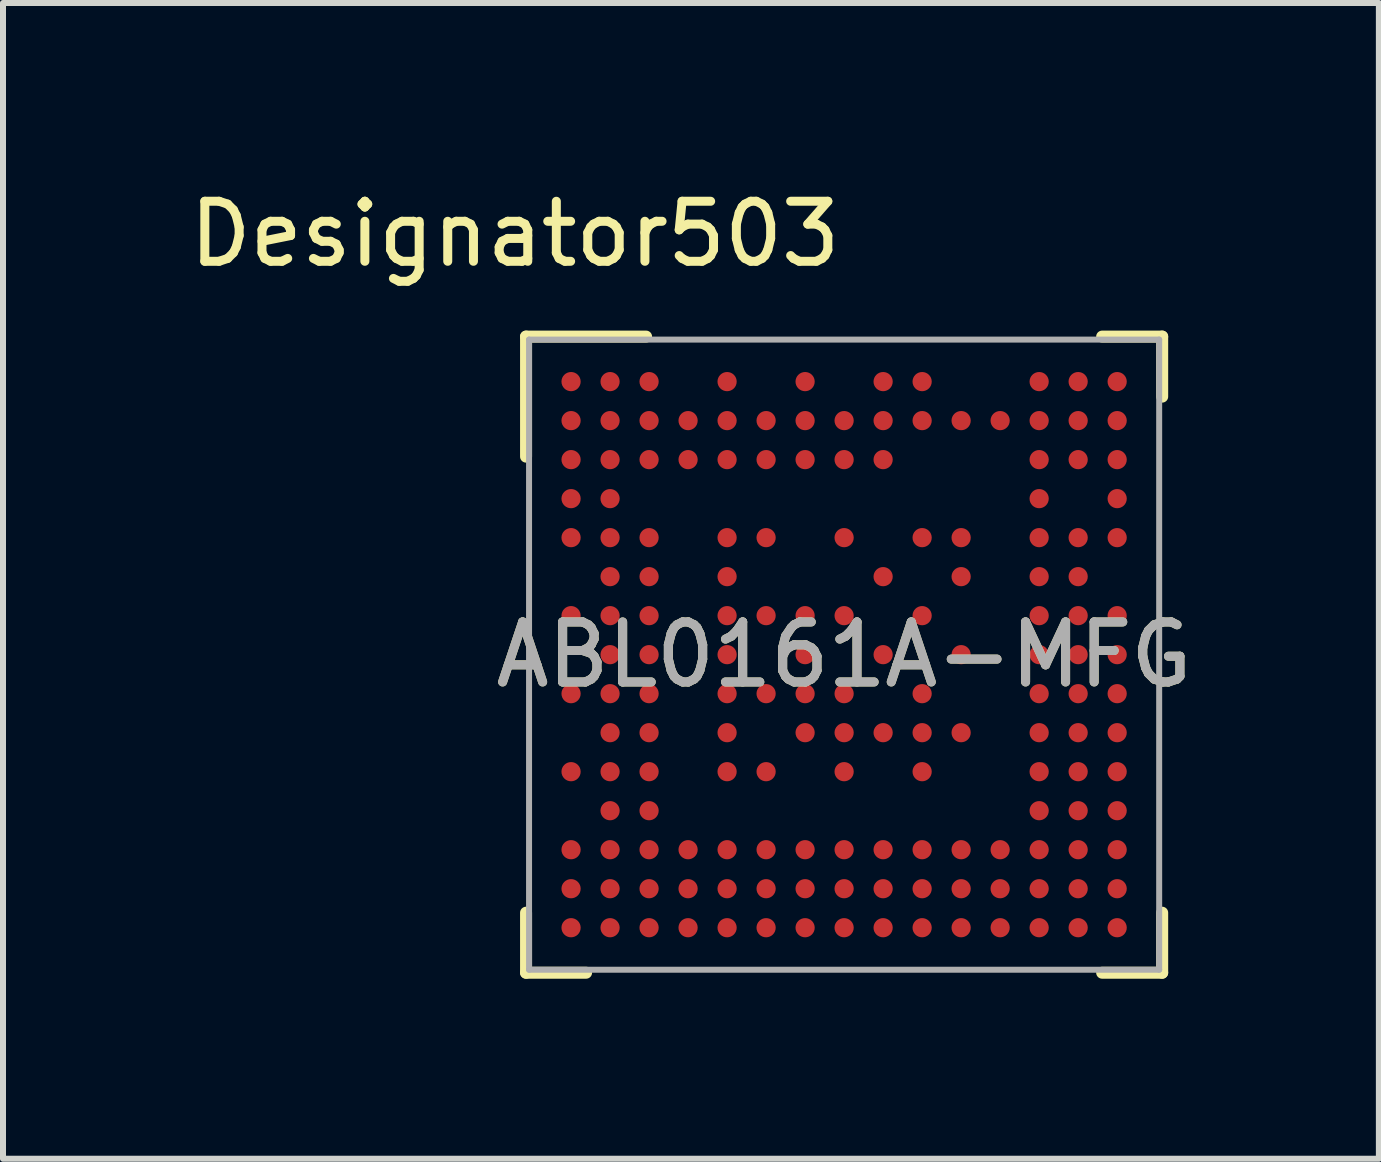
<source format=kicad_pcb>
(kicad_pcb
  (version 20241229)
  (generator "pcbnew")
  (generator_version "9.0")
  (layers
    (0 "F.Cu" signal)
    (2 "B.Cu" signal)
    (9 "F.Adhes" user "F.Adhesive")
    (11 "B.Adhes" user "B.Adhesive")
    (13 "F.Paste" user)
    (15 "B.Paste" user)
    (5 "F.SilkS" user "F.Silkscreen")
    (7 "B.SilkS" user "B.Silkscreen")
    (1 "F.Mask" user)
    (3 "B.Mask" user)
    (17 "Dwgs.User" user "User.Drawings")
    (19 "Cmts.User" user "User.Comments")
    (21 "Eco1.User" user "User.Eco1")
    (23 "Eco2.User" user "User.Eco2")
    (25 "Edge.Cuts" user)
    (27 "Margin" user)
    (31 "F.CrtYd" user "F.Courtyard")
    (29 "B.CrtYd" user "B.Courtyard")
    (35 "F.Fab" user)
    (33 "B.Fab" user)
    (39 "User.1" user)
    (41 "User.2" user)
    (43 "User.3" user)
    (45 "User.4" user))
  (footprint "ABL0161A-MFG"
    (layer "F.Cu")
    (at 11.016 7.859)
    (property "Reference" "ABL0161A-MFG" (at 0 0 0) (unlocked yes) (layer "F.SilkS") (effects (font (size 1 1) (thickness 0.15))))
    (attr smd)
    (fp_line (start -5.3 -5.3) (end -3.3 -5.3) (stroke (width 0.2) (type solid)) (layer "F.SilkS"))
    (fp_line (start -5.3 -3.3) (end -5.3 -5.3) (stroke (width 0.2) (type solid)) (layer "F.SilkS"))
    (fp_line (start -5.3 5.3) (end -5.3 4.3) (stroke (width 0.2) (type solid)) (layer "F.SilkS"))
    (fp_line (start -5.3 5.3) (end -4.3 5.3) (stroke (width 0.2) (type solid)) (layer "F.SilkS"))
    (fp_line (start 4.3 -5.3) (end 5.3 -5.3) (stroke (width 0.2) (type solid)) (layer "F.SilkS"))
    (fp_line (start 4.3 5.3) (end 5.3 5.3) (stroke (width 0.2) (type solid)) (layer "F.SilkS"))
    (fp_line (start 5.3 -4.3) (end 5.3 -5.3) (stroke (width 0.2) (type solid)) (layer "F.SilkS"))
    (fp_line (start 5.3 5.3) (end 5.3 4.3) (stroke (width 0.2) (type solid)) (layer "F.SilkS"))
    (fp_line (start -5.25 -5.25) (end 5.25 -5.25) (stroke (width 0.1) (type solid)) (layer "F.Fab"))
    (fp_line (start -5.25 5.25) (end -5.25 -5.25) (stroke (width 0.1) (type solid)) (layer "F.Fab"))
    (fp_line (start -5.25 5.25) (end 5.25 5.25) (stroke (width 0.1) (type solid)) (layer "F.Fab"))
    (fp_line (start 5.25 5.25) (end 5.25 -5.25) (stroke (width 0.1) (type solid)) (layer "F.Fab"))
    (fp_text user "Designator503" (at -5.486 -7.01 0) (unlocked yes) (layer "F.SilkS") (effects (font (size 1 1) (thickness 0.15))))
    (fp_text user "${REFERENCE}" (at 0 0 0) (unlocked yes) (layer "F.Fab") (effects (font (size 1 1) (thickness 0.15))))
    (pad "A1" smd circle (at -4.55 -4.55) (size 0.32 0.32) (layers "F.Cu" "F.Mask" "F.Paste"))
    (pad "A2" smd circle (at -3.9 -4.55) (size 0.32 0.32) (layers "F.Cu" "F.Mask" "F.Paste"))
    (pad "A3" smd circle (at -3.25 -4.55) (size 0.32 0.32) (layers "F.Cu" "F.Mask" "F.Paste"))
    (pad "A5" smd circle (at -1.95 -4.55) (size 0.32 0.32) (layers "F.Cu" "F.Mask" "F.Paste"))
    (pad "A7" smd circle (at -0.65 -4.55) (size 0.32 0.32) (layers "F.Cu" "F.Mask" "F.Paste"))
    (pad "A9" smd circle (at 0.65 -4.55) (size 0.32 0.32) (layers "F.Cu" "F.Mask" "F.Paste"))
    (pad "A10" smd circle (at 1.3 -4.55) (size 0.32 0.32) (layers "F.Cu" "F.Mask" "F.Paste"))
    (pad "A13" smd circle (at 3.25 -4.55) (size 0.32 0.32) (layers "F.Cu" "F.Mask" "F.Paste"))
    (pad "A14" smd circle (at 3.9 -4.55) (size 0.32 0.32) (layers "F.Cu" "F.Mask" "F.Paste"))
    (pad "A15" smd circle (at 4.55 -4.55) (size 0.32 0.32) (layers "F.Cu" "F.Mask" "F.Paste"))
    (pad "B1" smd circle (at -4.55 -3.9) (size 0.32 0.32) (layers "F.Cu" "F.Mask" "F.Paste"))
    (pad "B2" smd circle (at -3.9 -3.9) (size 0.32 0.32) (layers "F.Cu" "F.Mask" "F.Paste"))
    (pad "B3" smd circle (at -3.25 -3.9) (size 0.32 0.32) (layers "F.Cu" "F.Mask" "F.Paste"))
    (pad "B4" smd circle (at -2.6 -3.9) (size 0.32 0.32) (layers "F.Cu" "F.Mask" "F.Paste"))
    (pad "B5" smd circle (at -1.95 -3.9) (size 0.32 0.32) (layers "F.Cu" "F.Mask" "F.Paste"))
    (pad "B6" smd circle (at -1.3 -3.9) (size 0.32 0.32) (layers "F.Cu" "F.Mask" "F.Paste"))
    (pad "B7" smd circle (at -0.65 -3.9) (size 0.32 0.32) (layers "F.Cu" "F.Mask" "F.Paste"))
    (pad "B8" smd circle (at 0 -3.9) (size 0.32 0.32) (layers "F.Cu" "F.Mask" "F.Paste"))
    (pad "B9" smd circle (at 0.65 -3.9) (size 0.32 0.32) (layers "F.Cu" "F.Mask" "F.Paste"))
    (pad "B10" smd circle (at 1.3 -3.9) (size 0.32 0.32) (layers "F.Cu" "F.Mask" "F.Paste"))
    (pad "B11" smd circle (at 1.95 -3.9) (size 0.32 0.32) (layers "F.Cu" "F.Mask" "F.Paste"))
    (pad "B12" smd circle (at 2.6 -3.9) (size 0.32 0.32) (layers "F.Cu" "F.Mask" "F.Paste"))
    (pad "B13" smd circle (at 3.25 -3.9) (size 0.32 0.32) (layers "F.Cu" "F.Mask" "F.Paste"))
    (pad "B14" smd circle (at 3.9 -3.9) (size 0.32 0.32) (layers "F.Cu" "F.Mask" "F.Paste"))
    (pad "B15" smd circle (at 4.55 -3.9) (size 0.32 0.32) (layers "F.Cu" "F.Mask" "F.Paste"))
    (pad "C1" smd circle (at -4.55 -3.25) (size 0.32 0.32) (layers "F.Cu" "F.Mask" "F.Paste"))
    (pad "C2" smd circle (at -3.9 -3.25) (size 0.32 0.32) (layers "F.Cu" "F.Mask" "F.Paste"))
    (pad "C3" smd circle (at -3.25 -3.25) (size 0.32 0.32) (layers "F.Cu" "F.Mask" "F.Paste"))
    (pad "C4" smd circle (at -2.6 -3.25) (size 0.32 0.32) (layers "F.Cu" "F.Mask" "F.Paste"))
    (pad "C5" smd circle (at -1.95 -3.25) (size 0.32 0.32) (layers "F.Cu" "F.Mask" "F.Paste"))
    (pad "C6" smd circle (at -1.3 -3.25) (size 0.32 0.32) (layers "F.Cu" "F.Mask" "F.Paste"))
    (pad "C7" smd circle (at -0.65 -3.25) (size 0.32 0.32) (layers "F.Cu" "F.Mask" "F.Paste"))
    (pad "C8" smd circle (at 0 -3.25) (size 0.32 0.32) (layers "F.Cu" "F.Mask" "F.Paste"))
    (pad "C9" smd circle (at 0.65 -3.25) (size 0.32 0.32) (layers "F.Cu" "F.Mask" "F.Paste"))
    (pad "C13" smd circle (at 3.25 -3.25) (size 0.32 0.32) (layers "F.Cu" "F.Mask" "F.Paste"))
    (pad "C14" smd circle (at 3.9 -3.25) (size 0.32 0.32) (layers "F.Cu" "F.Mask" "F.Paste"))
    (pad "C15" smd circle (at 4.55 -3.25) (size 0.32 0.32) (layers "F.Cu" "F.Mask" "F.Paste"))
    (pad "D1" smd circle (at -4.55 -2.6) (size 0.32 0.32) (layers "F.Cu" "F.Mask" "F.Paste"))
    (pad "D2" smd circle (at -3.9 -2.6) (size 0.32 0.32) (layers "F.Cu" "F.Mask" "F.Paste"))
    (pad "D13" smd circle (at 3.25 -2.6) (size 0.32 0.32) (layers "F.Cu" "F.Mask" "F.Paste"))
    (pad "D15" smd circle (at 4.55 -2.6) (size 0.32 0.32) (layers "F.Cu" "F.Mask" "F.Paste"))
    (pad "E1" smd circle (at -4.55 -1.95) (size 0.32 0.32) (layers "F.Cu" "F.Mask" "F.Paste"))
    (pad "E2" smd circle (at -3.9 -1.95) (size 0.32 0.32) (layers "F.Cu" "F.Mask" "F.Paste"))
    (pad "E3" smd circle (at -3.25 -1.95) (size 0.32 0.32) (layers "F.Cu" "F.Mask" "F.Paste"))
    (pad "E5" smd circle (at -1.95 -1.95) (size 0.32 0.32) (layers "F.Cu" "F.Mask" "F.Paste"))
    (pad "E6" smd circle (at -1.3 -1.95) (size 0.32 0.32) (layers "F.Cu" "F.Mask" "F.Paste"))
    (pad "E8" smd circle (at 0 -1.95) (size 0.32 0.32) (layers "F.Cu" "F.Mask" "F.Paste"))
    (pad "E10" smd circle (at 1.3 -1.95) (size 0.32 0.32) (layers "F.Cu" "F.Mask" "F.Paste"))
    (pad "E11" smd circle (at 1.95 -1.95) (size 0.32 0.32) (layers "F.Cu" "F.Mask" "F.Paste"))
    (pad "E13" smd circle (at 3.25 -1.95) (size 0.32 0.32) (layers "F.Cu" "F.Mask" "F.Paste"))
    (pad "E14" smd circle (at 3.9 -1.95) (size 0.32 0.32) (layers "F.Cu" "F.Mask" "F.Paste"))
    (pad "E15" smd circle (at 4.55 -1.95) (size 0.32 0.32) (layers "F.Cu" "F.Mask" "F.Paste"))
    (pad "F2" smd circle (at -3.9 -1.3) (size 0.32 0.32) (layers "F.Cu" "F.Mask" "F.Paste"))
    (pad "F3" smd circle (at -3.25 -1.3) (size 0.32 0.32) (layers "F.Cu" "F.Mask" "F.Paste"))
    (pad "F5" smd circle (at -1.95 -1.3) (size 0.32 0.32) (layers "F.Cu" "F.Mask" "F.Paste"))
    (pad "F9" smd circle (at 0.65 -1.3) (size 0.32 0.32) (layers "F.Cu" "F.Mask" "F.Paste"))
    (pad "F11" smd circle (at 1.95 -1.3) (size 0.32 0.32) (layers "F.Cu" "F.Mask" "F.Paste"))
    (pad "F13" smd circle (at 3.25 -1.3) (size 0.32 0.32) (layers "F.Cu" "F.Mask" "F.Paste"))
    (pad "F14" smd circle (at 3.9 -1.3) (size 0.32 0.32) (layers "F.Cu" "F.Mask" "F.Paste"))
    (pad "G1" smd circle (at -4.55 -0.65) (size 0.32 0.32) (layers "F.Cu" "F.Mask" "F.Paste"))
    (pad "G2" smd circle (at -3.9 -0.65) (size 0.32 0.32) (layers "F.Cu" "F.Mask" "F.Paste"))
    (pad "G3" smd circle (at -3.25 -0.65) (size 0.32 0.32) (layers "F.Cu" "F.Mask" "F.Paste"))
    (pad "G5" smd circle (at -1.95 -0.65) (size 0.32 0.32) (layers "F.Cu" "F.Mask" "F.Paste"))
    (pad "G6" smd circle (at -1.3 -0.65) (size 0.32 0.32) (layers "F.Cu" "F.Mask" "F.Paste"))
    (pad "G7" smd circle (at -0.65 -0.65) (size 0.32 0.32) (layers "F.Cu" "F.Mask" "F.Paste"))
    (pad "G8" smd circle (at 0 -0.65) (size 0.32 0.32) (layers "F.Cu" "F.Mask" "F.Paste"))
    (pad "G10" smd circle (at 1.3 -0.65) (size 0.32 0.32) (layers "F.Cu" "F.Mask" "F.Paste"))
    (pad "G13" smd circle (at 3.25 -0.65) (size 0.32 0.32) (layers "F.Cu" "F.Mask" "F.Paste"))
    (pad "G14" smd circle (at 3.9 -0.65) (size 0.32 0.32) (layers "F.Cu" "F.Mask" "F.Paste"))
    (pad "G15" smd circle (at 4.55 -0.65) (size 0.32 0.32) (layers "F.Cu" "F.Mask" "F.Paste"))
    (pad "H2" smd circle (at -3.9 0) (size 0.32 0.32) (layers "F.Cu" "F.Mask" "F.Paste"))
    (pad "H3" smd circle (at -3.25 0) (size 0.32 0.32) (layers "F.Cu" "F.Mask" "F.Paste"))
    (pad "H5" smd circle (at -1.95 0) (size 0.32 0.32) (layers "F.Cu" "F.Mask" "F.Paste"))
    (pad "H7" smd circle (at -0.65 0) (size 0.32 0.32) (layers "F.Cu" "F.Mask" "F.Paste"))
    (pad "H9" smd circle (at 0.65 0) (size 0.32 0.32) (layers "F.Cu" "F.Mask" "F.Paste"))
    (pad "H11" smd circle (at 1.95 0) (size 0.32 0.32) (layers "F.Cu" "F.Mask" "F.Paste"))
    (pad "H13" smd circle (at 3.25 0) (size 0.32 0.32) (layers "F.Cu" "F.Mask" "F.Paste"))
    (pad "H14" smd circle (at 3.9 0) (size 0.32 0.32) (layers "F.Cu" "F.Mask" "F.Paste"))
    (pad "H15" smd circle (at 4.55 0) (size 0.32 0.32) (layers "F.Cu" "F.Mask" "F.Paste"))
    (pad "J1" smd circle (at -4.55 0.65) (size 0.32 0.32) (layers "F.Cu" "F.Mask" "F.Paste"))
    (pad "J2" smd circle (at -3.9 0.65) (size 0.32 0.32) (layers "F.Cu" "F.Mask" "F.Paste"))
    (pad "J3" smd circle (at -3.25 0.65) (size 0.32 0.32) (layers "F.Cu" "F.Mask" "F.Paste"))
    (pad "J5" smd circle (at -1.95 0.65) (size 0.32 0.32) (layers "F.Cu" "F.Mask" "F.Paste"))
    (pad "J6" smd circle (at -1.3 0.65) (size 0.32 0.32) (layers "F.Cu" "F.Mask" "F.Paste"))
    (pad "J7" smd circle (at -0.65 0.65) (size 0.32 0.32) (layers "F.Cu" "F.Mask" "F.Paste"))
    (pad "J8" smd circle (at 0 0.65) (size 0.32 0.32) (layers "F.Cu" "F.Mask" "F.Paste"))
    (pad "J10" smd circle (at 1.3 0.65) (size 0.32 0.32) (layers "F.Cu" "F.Mask" "F.Paste"))
    (pad "J13" smd circle (at 3.25 0.65) (size 0.32 0.32) (layers "F.Cu" "F.Mask" "F.Paste"))
    (pad "J14" smd circle (at 3.9 0.65) (size 0.32 0.32) (layers "F.Cu" "F.Mask" "F.Paste"))
    (pad "J15" smd circle (at 4.55 0.65) (size 0.32 0.32) (layers "F.Cu" "F.Mask" "F.Paste"))
    (pad "K2" smd circle (at -3.9 1.3) (size 0.32 0.32) (layers "F.Cu" "F.Mask" "F.Paste"))
    (pad "K3" smd circle (at -3.25 1.3) (size 0.32 0.32) (layers "F.Cu" "F.Mask" "F.Paste"))
    (pad "K5" smd circle (at -1.95 1.3) (size 0.32 0.32) (layers "F.Cu" "F.Mask" "F.Paste"))
    (pad "K7" smd circle (at -0.65 1.3) (size 0.32 0.32) (layers "F.Cu" "F.Mask" "F.Paste"))
    (pad "K8" smd circle (at 0 1.3) (size 0.32 0.32) (layers "F.Cu" "F.Mask" "F.Paste"))
    (pad "K9" smd circle (at 0.65 1.3) (size 0.32 0.32) (layers "F.Cu" "F.Mask" "F.Paste"))
    (pad "K10" smd circle (at 1.3 1.3) (size 0.32 0.32) (layers "F.Cu" "F.Mask" "F.Paste"))
    (pad "K11" smd circle (at 1.95 1.3) (size 0.32 0.32) (layers "F.Cu" "F.Mask" "F.Paste"))
    (pad "K13" smd circle (at 3.25 1.3) (size 0.32 0.32) (layers "F.Cu" "F.Mask" "F.Paste"))
    (pad "K14" smd circle (at 3.9 1.3) (size 0.32 0.32) (layers "F.Cu" "F.Mask" "F.Paste"))
    (pad "K15" smd circle (at 4.55 1.3) (size 0.32 0.32) (layers "F.Cu" "F.Mask" "F.Paste"))
    (pad "L1" smd circle (at -4.55 1.95) (size 0.32 0.32) (layers "F.Cu" "F.Mask" "F.Paste"))
    (pad "L2" smd circle (at -3.9 1.95) (size 0.32 0.32) (layers "F.Cu" "F.Mask" "F.Paste"))
    (pad "L3" smd circle (at -3.25 1.95) (size 0.32 0.32) (layers "F.Cu" "F.Mask" "F.Paste"))
    (pad "L5" smd circle (at -1.95 1.95) (size 0.32 0.32) (layers "F.Cu" "F.Mask" "F.Paste"))
    (pad "L6" smd circle (at -1.3 1.95) (size 0.32 0.32) (layers "F.Cu" "F.Mask" "F.Paste"))
    (pad "L8" smd circle (at 0 1.95) (size 0.32 0.32) (layers "F.Cu" "F.Mask" "F.Paste"))
    (pad "L10" smd circle (at 1.3 1.95) (size 0.32 0.32) (layers "F.Cu" "F.Mask" "F.Paste"))
    (pad "L13" smd circle (at 3.25 1.95) (size 0.32 0.32) (layers "F.Cu" "F.Mask" "F.Paste"))
    (pad "L14" smd circle (at 3.9 1.95) (size 0.32 0.32) (layers "F.Cu" "F.Mask" "F.Paste"))
    (pad "L15" smd circle (at 4.55 1.95) (size 0.32 0.32) (layers "F.Cu" "F.Mask" "F.Paste"))
    (pad "M2" smd circle (at -3.9 2.6) (size 0.32 0.32) (layers "F.Cu" "F.Mask" "F.Paste"))
    (pad "M3" smd circle (at -3.25 2.6) (size 0.32 0.32) (layers "F.Cu" "F.Mask" "F.Paste"))
    (pad "M13" smd circle (at 3.25 2.6) (size 0.32 0.32) (layers "F.Cu" "F.Mask" "F.Paste"))
    (pad "M14" smd circle (at 3.9 2.6) (size 0.32 0.32) (layers "F.Cu" "F.Mask" "F.Paste"))
    (pad "M15" smd circle (at 4.55 2.6) (size 0.32 0.32) (layers "F.Cu" "F.Mask" "F.Paste"))
    (pad "N1" smd circle (at -4.55 3.25) (size 0.32 0.32) (layers "F.Cu" "F.Mask" "F.Paste"))
    (pad "N2" smd circle (at -3.9 3.25) (size 0.32 0.32) (layers "F.Cu" "F.Mask" "F.Paste"))
    (pad "N3" smd circle (at -3.25 3.25) (size 0.32 0.32) (layers "F.Cu" "F.Mask" "F.Paste"))
    (pad "N4" smd circle (at -2.6 3.25) (size 0.32 0.32) (layers "F.Cu" "F.Mask" "F.Paste"))
    (pad "N5" smd circle (at -1.95 3.25) (size 0.32 0.32) (layers "F.Cu" "F.Mask" "F.Paste"))
    (pad "N6" smd circle (at -1.3 3.25) (size 0.32 0.32) (layers "F.Cu" "F.Mask" "F.Paste"))
    (pad "N7" smd circle (at -0.65 3.25) (size 0.32 0.32) (layers "F.Cu" "F.Mask" "F.Paste"))
    (pad "N8" smd circle (at 0 3.25) (size 0.32 0.32) (layers "F.Cu" "F.Mask" "F.Paste"))
    (pad "N9" smd circle (at 0.65 3.25) (size 0.32 0.32) (layers "F.Cu" "F.Mask" "F.Paste"))
    (pad "N10" smd circle (at 1.3 3.25) (size 0.32 0.32) (layers "F.Cu" "F.Mask" "F.Paste"))
    (pad "N11" smd circle (at 1.95 3.25) (size 0.32 0.32) (layers "F.Cu" "F.Mask" "F.Paste"))
    (pad "N12" smd circle (at 2.6 3.25) (size 0.32 0.32) (layers "F.Cu" "F.Mask" "F.Paste"))
    (pad "N13" smd circle (at 3.25 3.25) (size 0.32 0.32) (layers "F.Cu" "F.Mask" "F.Paste"))
    (pad "N14" smd circle (at 3.9 3.25) (size 0.32 0.32) (layers "F.Cu" "F.Mask" "F.Paste"))
    (pad "N15" smd circle (at 4.55 3.25) (size 0.32 0.32) (layers "F.Cu" "F.Mask" "F.Paste"))
    (pad "P1" smd circle (at -4.55 3.9) (size 0.32 0.32) (layers "F.Cu" "F.Mask" "F.Paste"))
    (pad "P2" smd circle (at -3.9 3.9) (size 0.32 0.32) (layers "F.Cu" "F.Mask" "F.Paste"))
    (pad "P3" smd circle (at -3.25 3.9) (size 0.32 0.32) (layers "F.Cu" "F.Mask" "F.Paste"))
    (pad "P4" smd circle (at -2.6 3.9) (size 0.32 0.32) (layers "F.Cu" "F.Mask" "F.Paste"))
    (pad "P5" smd circle (at -1.95 3.9) (size 0.32 0.32) (layers "F.Cu" "F.Mask" "F.Paste"))
    (pad "P6" smd circle (at -1.3 3.9) (size 0.32 0.32) (layers "F.Cu" "F.Mask" "F.Paste"))
    (pad "P7" smd circle (at -0.65 3.9) (size 0.32 0.32) (layers "F.Cu" "F.Mask" "F.Paste"))
    (pad "P8" smd circle (at 0 3.9) (size 0.32 0.32) (layers "F.Cu" "F.Mask" "F.Paste"))
    (pad "P9" smd circle (at 0.65 3.9) (size 0.32 0.32) (layers "F.Cu" "F.Mask" "F.Paste"))
    (pad "P10" smd circle (at 1.3 3.9) (size 0.32 0.32) (layers "F.Cu" "F.Mask" "F.Paste"))
    (pad "P11" smd circle (at 1.95 3.9) (size 0.32 0.32) (layers "F.Cu" "F.Mask" "F.Paste"))
    (pad "P12" smd circle (at 2.6 3.9) (size 0.32 0.32) (layers "F.Cu" "F.Mask" "F.Paste"))
    (pad "P13" smd circle (at 3.25 3.9) (size 0.32 0.32) (layers "F.Cu" "F.Mask" "F.Paste"))
    (pad "P14" smd circle (at 3.9 3.9) (size 0.32 0.32) (layers "F.Cu" "F.Mask" "F.Paste"))
    (pad "P15" smd circle (at 4.55 3.9) (size 0.32 0.32) (layers "F.Cu" "F.Mask" "F.Paste"))
    (pad "R1" smd circle (at -4.55 4.55) (size 0.32 0.32) (layers "F.Cu" "F.Mask" "F.Paste"))
    (pad "R2" smd circle (at -3.9 4.55) (size 0.32 0.32) (layers "F.Cu" "F.Mask" "F.Paste"))
    (pad "R3" smd circle (at -3.25 4.55) (size 0.32 0.32) (layers "F.Cu" "F.Mask" "F.Paste"))
    (pad "R4" smd circle (at -2.6 4.55) (size 0.32 0.32) (layers "F.Cu" "F.Mask" "F.Paste"))
    (pad "R5" smd circle (at -1.95 4.55) (size 0.32 0.32) (layers "F.Cu" "F.Mask" "F.Paste"))
    (pad "R6" smd circle (at -1.3 4.55) (size 0.32 0.32) (layers "F.Cu" "F.Mask" "F.Paste"))
    (pad "R7" smd circle (at -0.65 4.55) (size 0.32 0.32) (layers "F.Cu" "F.Mask" "F.Paste"))
    (pad "R8" smd circle (at 0 4.55) (size 0.32 0.32) (layers "F.Cu" "F.Mask" "F.Paste"))
    (pad "R9" smd circle (at 0.65 4.55) (size 0.32 0.32) (layers "F.Cu" "F.Mask" "F.Paste"))
    (pad "R10" smd circle (at 1.3 4.55) (size 0.32 0.32) (layers "F.Cu" "F.Mask" "F.Paste"))
    (pad "R11" smd circle (at 1.95 4.55) (size 0.32 0.32) (layers "F.Cu" "F.Mask" "F.Paste"))
    (pad "R12" smd circle (at 2.6 4.55) (size 0.32 0.32) (layers "F.Cu" "F.Mask" "F.Paste"))
    (pad "R13" smd circle (at 3.25 4.55) (size 0.32 0.32) (layers "F.Cu" "F.Mask" "F.Paste"))
    (pad "R14" smd circle (at 3.9 4.55) (size 0.32 0.32) (layers "F.Cu" "F.Mask" "F.Paste"))
    (pad "R15" smd circle (at 4.55 4.55) (size 0.32 0.32) (layers "F.Cu" "F.Mask" "F.Paste")))
  (gr_rect
    (start -3 -3)
    (end 19.927 16.259)
    (stroke (width 0.1) (type default))
    (fill no)
    (layer "Edge.Cuts")))
</source>
